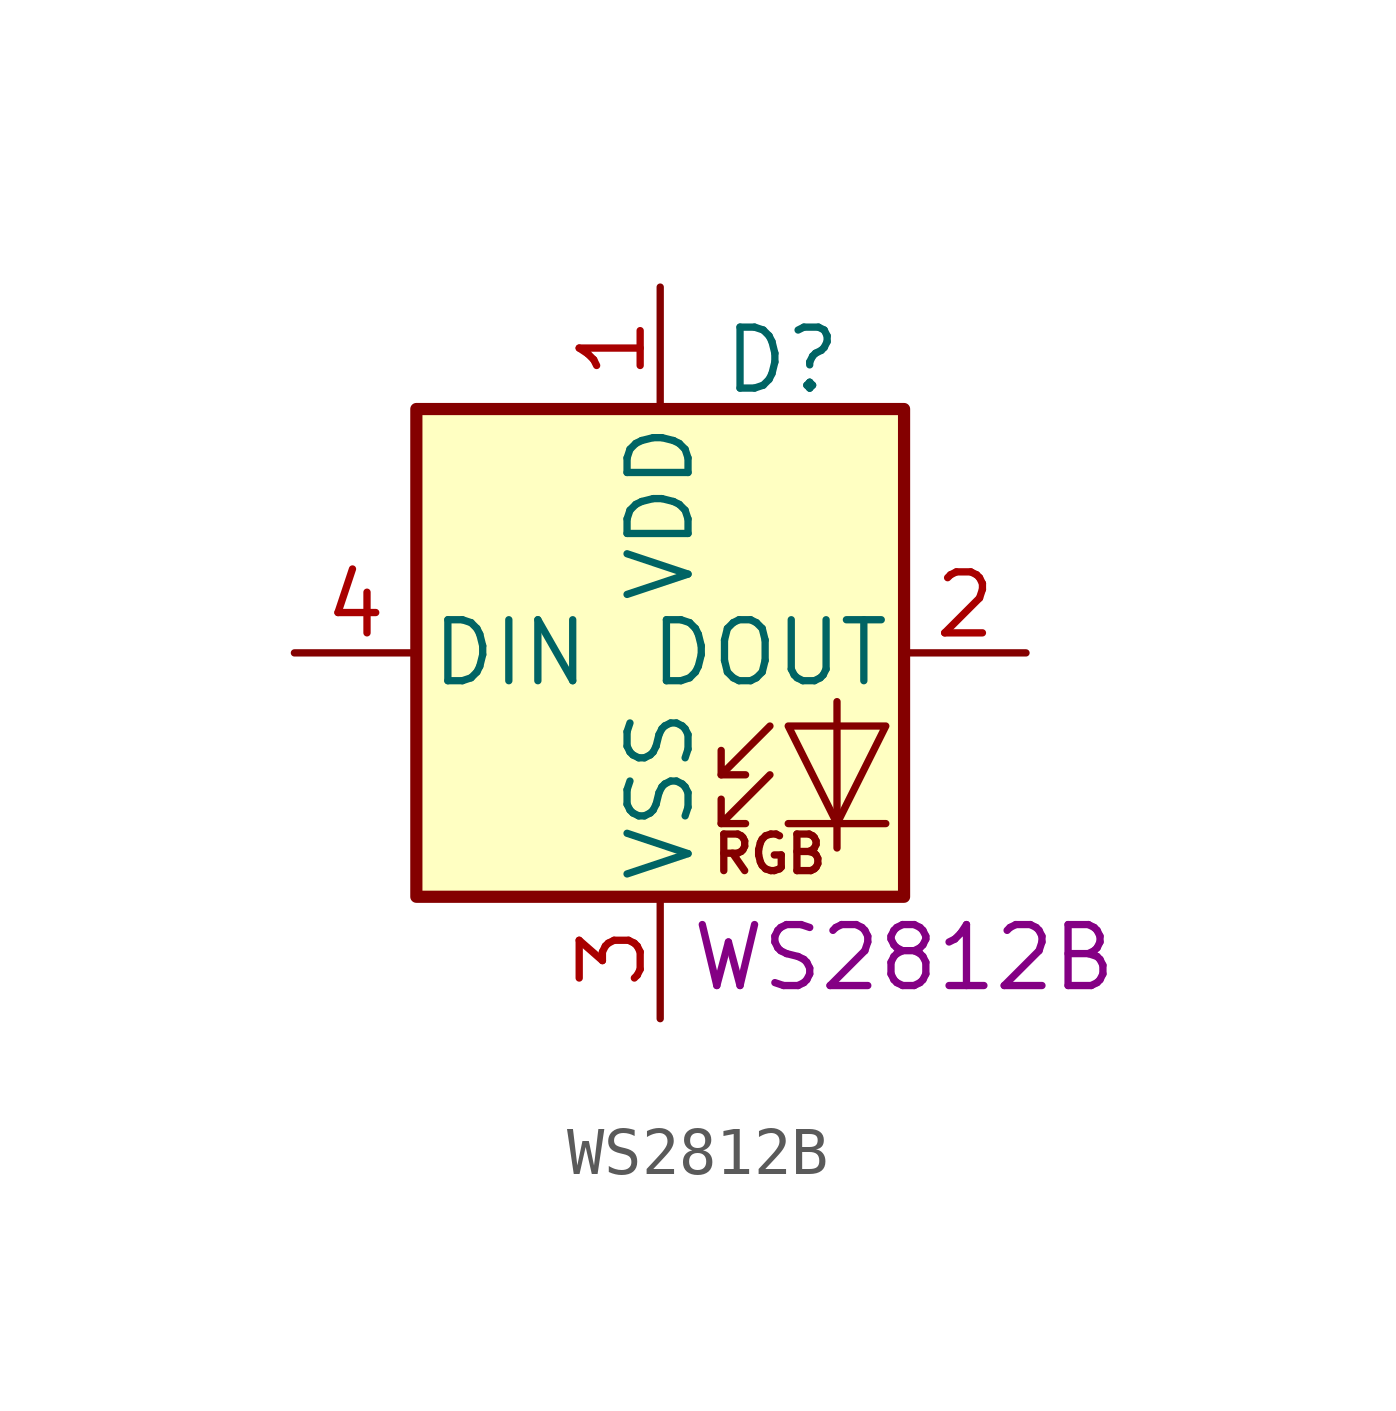
<source format=kicad_sym>
(kicad_symbol_lib
  (version 20220914)
  (generator kicad_symbol_editor)
  (symbol "WS2812B"
    (pin_names
      (offset 0.254))
    (property "Reference" "D"
      (at 2.54 6.096 0)
      (do_not_autoplace)
      (effects (font (size 1.27 1.27))))
    (property "Manufacturer PN" "WS2812B"
      (at 5.08 -6.35 0)
      (do_not_autoplace)
      (effects (font (size 1.27 1.27))))
    (symbol "WS2812B_0_0"
      (text "RGB" (at 2.286 -4.191 0) (effects (font (size 0.762 0.762)))))
    (symbol "WS2812B_0_1"
      (polyline (pts (xy 1.27 -3.556) (xy 1.778 -3.556)) (stroke (width 0) (type default)) (fill (type none)))
      (polyline (pts (xy 1.27 -2.54) (xy 1.778 -2.54)) (stroke (width 0) (type default)) (fill (type none)))
      (polyline (pts (xy 4.699 -3.556) (xy 2.667 -3.556)) (stroke (width 0) (type default)) (fill (type none)))
      (polyline (pts (xy 2.286 -2.54) (xy 1.27 -3.556) (xy 1.27 -3.048)) (stroke (width 0) (type default)) (fill (type none)))
      (polyline (pts (xy 2.286 -1.524) (xy 1.27 -2.54) (xy 1.27 -2.032)) (stroke (width 0) (type default)) (fill (type none)))
      (polyline (pts (xy 3.683 -1.016) (xy 3.683 -3.556) (xy 3.683 -4.064)) (stroke (width 0) (type default)) (fill (type none)))
      (polyline (pts (xy 4.699 -1.524) (xy 2.667 -1.524) (xy 3.683 -3.556) (xy 4.699 -1.524)) (stroke (width 0) (type default)) (fill (type none)))
      (rectangle (start 5.08 5.08) (end -5.08 -5.08) (stroke (width 0.254) (type default)) (fill (type background))))
    (symbol "WS2812B_1_1"
      (pin power_in line (at 0 7.62 270) (length 2.54) (name "VDD" (effects (font (size 1.27 1.27)))) (number "1" (effects (font (size 1.27 1.27)))))
      (pin output line (at 7.62 0 180) (length 2.54) (name "DOUT" (effects (font (size 1.27 1.27)))) (number "2" (effects (font (size 1.27 1.27)))))
      (pin power_in line (at 0 -7.62 90) (length 2.54) (name "VSS" (effects (font (size 1.27 1.27)))) (number "3" (effects (font (size 1.27 1.27)))))
      (pin input line (at -7.62 0 0) (length 2.54) (name "DIN" (effects (font (size 1.27 1.27)))) (number "4" (effects (font (size 1.27 1.27))))))))
</source>
